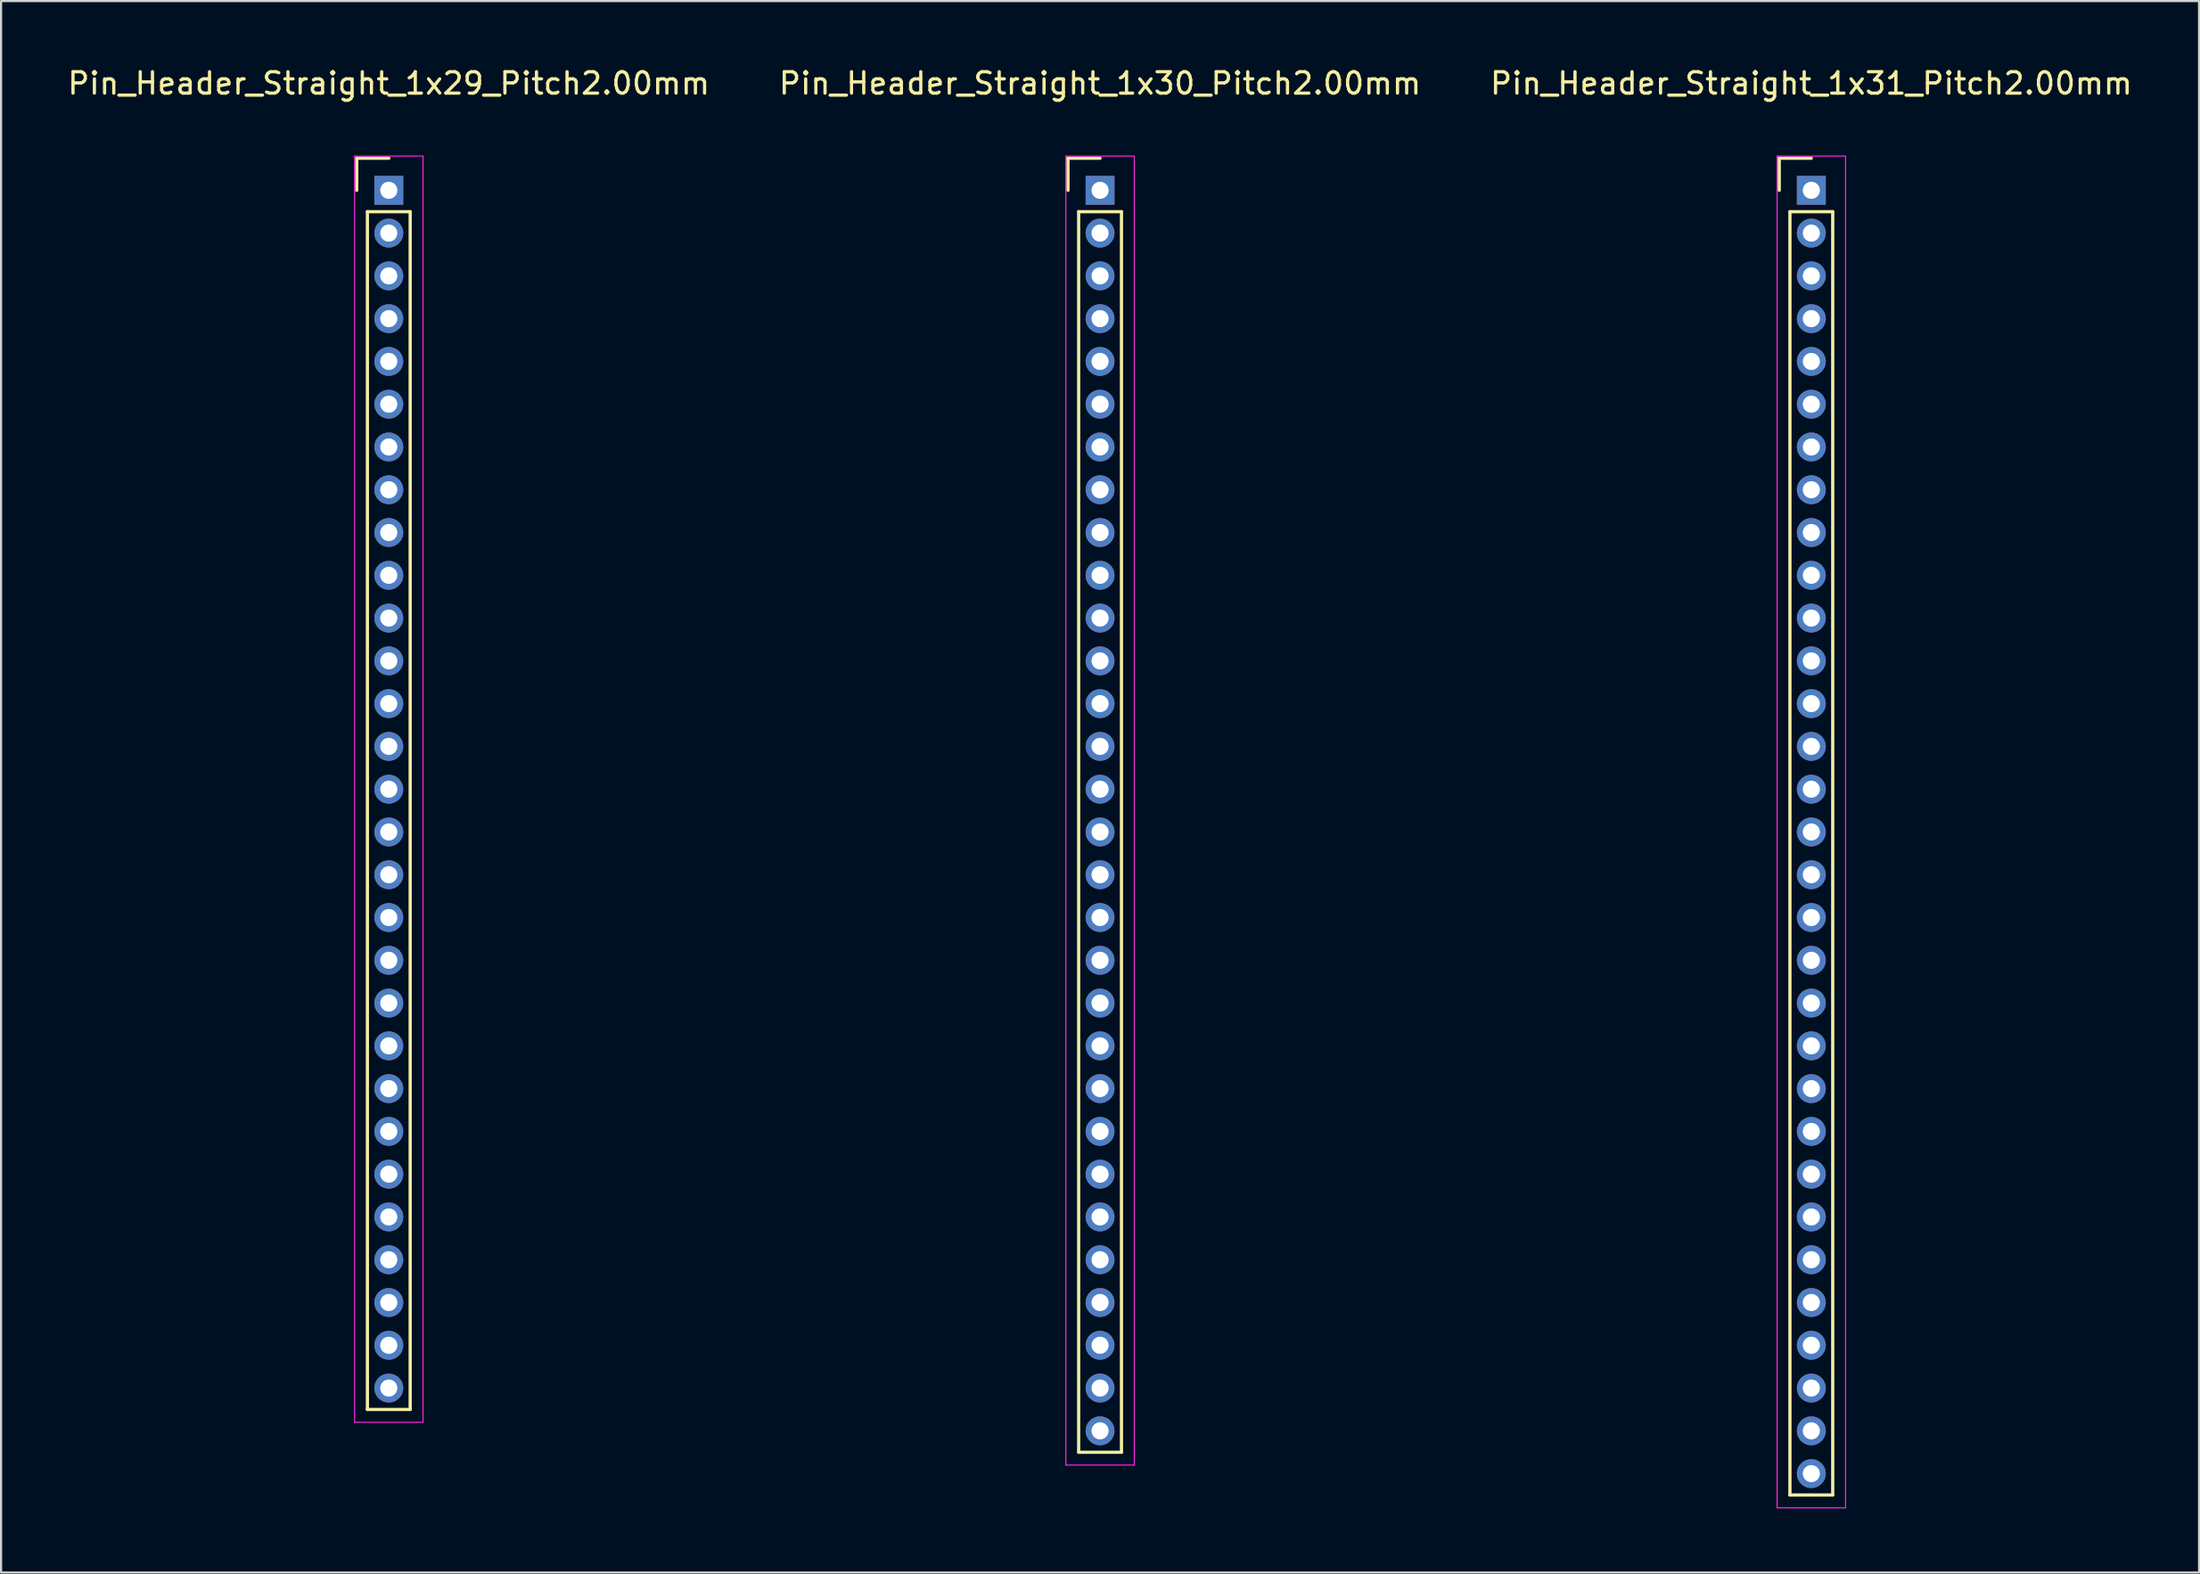
<source format=kicad_pcb>
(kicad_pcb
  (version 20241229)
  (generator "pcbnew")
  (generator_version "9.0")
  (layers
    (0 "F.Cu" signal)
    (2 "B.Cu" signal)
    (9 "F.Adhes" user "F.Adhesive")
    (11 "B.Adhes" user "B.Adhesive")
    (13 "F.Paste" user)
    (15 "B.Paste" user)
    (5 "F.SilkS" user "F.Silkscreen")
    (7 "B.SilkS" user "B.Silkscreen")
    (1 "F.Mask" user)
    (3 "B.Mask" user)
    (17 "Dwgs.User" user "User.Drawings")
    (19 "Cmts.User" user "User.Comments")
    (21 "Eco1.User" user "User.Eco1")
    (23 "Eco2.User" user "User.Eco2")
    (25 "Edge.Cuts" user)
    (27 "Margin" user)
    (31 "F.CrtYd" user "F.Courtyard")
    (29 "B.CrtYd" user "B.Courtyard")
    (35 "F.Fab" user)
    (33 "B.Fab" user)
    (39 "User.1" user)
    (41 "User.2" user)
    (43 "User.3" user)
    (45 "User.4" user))
  (footprint "Pin_Header_Straight_1x31_Pitch2.00mm"
    (layer "F.Cu")
    (at 81.625 5.848)
    (property "Reference" "Pin_Header_Straight_1x31_Pitch2.00mm" (at 0 -5 0) (layer "F.SilkS") (effects (font (size 1 1) (thickness 0.15))))
    (attr through_hole)
    (fp_line (start -1.5 -1.5) (end 0 -1.5) (stroke (width 0.15) (type solid)) (layer "F.SilkS"))
    (fp_line (start -1.5 0) (end -1.5 -1.5) (stroke (width 0.15) (type solid)) (layer "F.SilkS"))
    (fp_line (start -1 1) (end 1 1) (stroke (width 0.15) (type solid)) (layer "F.SilkS"))
    (fp_line (start -1 61) (end -1 1) (stroke (width 0.15) (type solid)) (layer "F.SilkS"))
    (fp_line (start 1 1) (end 1 61) (stroke (width 0.15) (type solid)) (layer "F.SilkS"))
    (fp_line (start 1 61) (end -1 61) (stroke (width 0.15) (type solid)) (layer "F.SilkS"))
    (fp_line (start -1.6 -1.6) (end 1.6 -1.6) (stroke (width 0.05) (type solid)) (layer "F.CrtYd"))
    (fp_line (start -1.6 61.6) (end -1.6 -1.6) (stroke (width 0.05) (type solid)) (layer "F.CrtYd"))
    (fp_line (start 1.6 -1.6) (end 1.6 61.6) (stroke (width 0.05) (type solid)) (layer "F.CrtYd"))
    (fp_line (start 1.6 61.6) (end -1.6 61.6) (stroke (width 0.05) (type solid)) (layer "F.CrtYd"))
    (pad "1" thru_hole rect (at 0 0) (size 1.35 1.35) (drill 0.8) (layers "*.Cu" "*.Mask"))
    (pad "2" thru_hole circle (at 0 2) (size 1.35 1.35) (drill 0.8) (layers "*.Cu" "*.Mask"))
    (pad "3" thru_hole circle (at 0 4) (size 1.35 1.35) (drill 0.8) (layers "*.Cu" "*.Mask"))
    (pad "4" thru_hole circle (at 0 6) (size 1.35 1.35) (drill 0.8) (layers "*.Cu" "*.Mask"))
    (pad "5" thru_hole circle (at 0 8) (size 1.35 1.35) (drill 0.8) (layers "*.Cu" "*.Mask"))
    (pad "6" thru_hole circle (at 0 10) (size 1.35 1.35) (drill 0.8) (layers "*.Cu" "*.Mask"))
    (pad "7" thru_hole circle (at 0 12) (size 1.35 1.35) (drill 0.8) (layers "*.Cu" "*.Mask"))
    (pad "8" thru_hole circle (at 0 14) (size 1.35 1.35) (drill 0.8) (layers "*.Cu" "*.Mask"))
    (pad "9" thru_hole circle (at 0 16) (size 1.35 1.35) (drill 0.8) (layers "*.Cu" "*.Mask"))
    (pad "10" thru_hole circle (at 0 18) (size 1.35 1.35) (drill 0.8) (layers "*.Cu" "*.Mask"))
    (pad "11" thru_hole circle (at 0 20) (size 1.35 1.35) (drill 0.8) (layers "*.Cu" "*.Mask"))
    (pad "12" thru_hole circle (at 0 22) (size 1.35 1.35) (drill 0.8) (layers "*.Cu" "*.Mask"))
    (pad "13" thru_hole circle (at 0 24) (size 1.35 1.35) (drill 0.8) (layers "*.Cu" "*.Mask"))
    (pad "14" thru_hole circle (at 0 26) (size 1.35 1.35) (drill 0.8) (layers "*.Cu" "*.Mask"))
    (pad "15" thru_hole circle (at 0 28) (size 1.35 1.35) (drill 0.8) (layers "*.Cu" "*.Mask"))
    (pad "16" thru_hole circle (at 0 30) (size 1.35 1.35) (drill 0.8) (layers "*.Cu" "*.Mask"))
    (pad "17" thru_hole circle (at 0 32) (size 1.35 1.35) (drill 0.8) (layers "*.Cu" "*.Mask"))
    (pad "18" thru_hole circle (at 0 34) (size 1.35 1.35) (drill 0.8) (layers "*.Cu" "*.Mask"))
    (pad "19" thru_hole circle (at 0 36) (size 1.35 1.35) (drill 0.8) (layers "*.Cu" "*.Mask"))
    (pad "20" thru_hole circle (at 0 38) (size 1.35 1.35) (drill 0.8) (layers "*.Cu" "*.Mask"))
    (pad "21" thru_hole circle (at 0 40) (size 1.35 1.35) (drill 0.8) (layers "*.Cu" "*.Mask"))
    (pad "22" thru_hole circle (at 0 42) (size 1.35 1.35) (drill 0.8) (layers "*.Cu" "*.Mask"))
    (pad "23" thru_hole circle (at 0 44) (size 1.35 1.35) (drill 0.8) (layers "*.Cu" "*.Mask"))
    (pad "24" thru_hole circle (at 0 46) (size 1.35 1.35) (drill 0.8) (layers "*.Cu" "*.Mask"))
    (pad "25" thru_hole circle (at 0 48) (size 1.35 1.35) (drill 0.8) (layers "*.Cu" "*.Mask"))
    (pad "26" thru_hole circle (at 0 50) (size 1.35 1.35) (drill 0.8) (layers "*.Cu" "*.Mask"))
    (pad "27" thru_hole circle (at 0 52) (size 1.35 1.35) (drill 0.8) (layers "*.Cu" "*.Mask"))
    (pad "28" thru_hole circle (at 0 54) (size 1.35 1.35) (drill 0.8) (layers "*.Cu" "*.Mask"))
    (pad "29" thru_hole circle (at 0 56) (size 1.35 1.35) (drill 0.8) (layers "*.Cu" "*.Mask"))
    (pad "30" thru_hole circle (at 0 58) (size 1.35 1.35) (drill 0.8) (layers "*.Cu" "*.Mask"))
    (pad "31" thru_hole circle (at 0 60) (size 1.35 1.35) (drill 0.8) (layers "*.Cu" "*.Mask")))
  (footprint "Pin_Header_Straight_1x29_Pitch2.00mm"
    (layer "F.Cu")
    (at 15.125 5.848)
    (property "Reference" "Pin_Header_Straight_1x29_Pitch2.00mm" (at 0 -5 0) (layer "F.SilkS") (effects (font (size 1 1) (thickness 0.15))))
    (attr through_hole)
    (fp_line (start -1.5 -1.5) (end 0 -1.5) (stroke (width 0.15) (type solid)) (layer "F.SilkS"))
    (fp_line (start -1.5 0) (end -1.5 -1.5) (stroke (width 0.15) (type solid)) (layer "F.SilkS"))
    (fp_line (start -1 1) (end 1 1) (stroke (width 0.15) (type solid)) (layer "F.SilkS"))
    (fp_line (start -1 57) (end -1 1) (stroke (width 0.15) (type solid)) (layer "F.SilkS"))
    (fp_line (start 1 1) (end 1 57) (stroke (width 0.15) (type solid)) (layer "F.SilkS"))
    (fp_line (start 1 57) (end -1 57) (stroke (width 0.15) (type solid)) (layer "F.SilkS"))
    (fp_line (start -1.6 -1.6) (end 1.6 -1.6) (stroke (width 0.05) (type solid)) (layer "F.CrtYd"))
    (fp_line (start -1.6 57.6) (end -1.6 -1.6) (stroke (width 0.05) (type solid)) (layer "F.CrtYd"))
    (fp_line (start 1.6 -1.6) (end 1.6 57.6) (stroke (width 0.05) (type solid)) (layer "F.CrtYd"))
    (fp_line (start 1.6 57.6) (end -1.6 57.6) (stroke (width 0.05) (type solid)) (layer "F.CrtYd"))
    (pad "1" thru_hole rect (at 0 0) (size 1.35 1.35) (drill 0.8) (layers "*.Cu" "*.Mask"))
    (pad "2" thru_hole circle (at 0 2) (size 1.35 1.35) (drill 0.8) (layers "*.Cu" "*.Mask"))
    (pad "3" thru_hole circle (at 0 4) (size 1.35 1.35) (drill 0.8) (layers "*.Cu" "*.Mask"))
    (pad "4" thru_hole circle (at 0 6) (size 1.35 1.35) (drill 0.8) (layers "*.Cu" "*.Mask"))
    (pad "5" thru_hole circle (at 0 8) (size 1.35 1.35) (drill 0.8) (layers "*.Cu" "*.Mask"))
    (pad "6" thru_hole circle (at 0 10) (size 1.35 1.35) (drill 0.8) (layers "*.Cu" "*.Mask"))
    (pad "7" thru_hole circle (at 0 12) (size 1.35 1.35) (drill 0.8) (layers "*.Cu" "*.Mask"))
    (pad "8" thru_hole circle (at 0 14) (size 1.35 1.35) (drill 0.8) (layers "*.Cu" "*.Mask"))
    (pad "9" thru_hole circle (at 0 16) (size 1.35 1.35) (drill 0.8) (layers "*.Cu" "*.Mask"))
    (pad "10" thru_hole circle (at 0 18) (size 1.35 1.35) (drill 0.8) (layers "*.Cu" "*.Mask"))
    (pad "11" thru_hole circle (at 0 20) (size 1.35 1.35) (drill 0.8) (layers "*.Cu" "*.Mask"))
    (pad "12" thru_hole circle (at 0 22) (size 1.35 1.35) (drill 0.8) (layers "*.Cu" "*.Mask"))
    (pad "13" thru_hole circle (at 0 24) (size 1.35 1.35) (drill 0.8) (layers "*.Cu" "*.Mask"))
    (pad "14" thru_hole circle (at 0 26) (size 1.35 1.35) (drill 0.8) (layers "*.Cu" "*.Mask"))
    (pad "15" thru_hole circle (at 0 28) (size 1.35 1.35) (drill 0.8) (layers "*.Cu" "*.Mask"))
    (pad "16" thru_hole circle (at 0 30) (size 1.35 1.35) (drill 0.8) (layers "*.Cu" "*.Mask"))
    (pad "17" thru_hole circle (at 0 32) (size 1.35 1.35) (drill 0.8) (layers "*.Cu" "*.Mask"))
    (pad "18" thru_hole circle (at 0 34) (size 1.35 1.35) (drill 0.8) (layers "*.Cu" "*.Mask"))
    (pad "19" thru_hole circle (at 0 36) (size 1.35 1.35) (drill 0.8) (layers "*.Cu" "*.Mask"))
    (pad "20" thru_hole circle (at 0 38) (size 1.35 1.35) (drill 0.8) (layers "*.Cu" "*.Mask"))
    (pad "21" thru_hole circle (at 0 40) (size 1.35 1.35) (drill 0.8) (layers "*.Cu" "*.Mask"))
    (pad "22" thru_hole circle (at 0 42) (size 1.35 1.35) (drill 0.8) (layers "*.Cu" "*.Mask"))
    (pad "23" thru_hole circle (at 0 44) (size 1.35 1.35) (drill 0.8) (layers "*.Cu" "*.Mask"))
    (pad "24" thru_hole circle (at 0 46) (size 1.35 1.35) (drill 0.8) (layers "*.Cu" "*.Mask"))
    (pad "25" thru_hole circle (at 0 48) (size 1.35 1.35) (drill 0.8) (layers "*.Cu" "*.Mask"))
    (pad "26" thru_hole circle (at 0 50) (size 1.35 1.35) (drill 0.8) (layers "*.Cu" "*.Mask"))
    (pad "27" thru_hole circle (at 0 52) (size 1.35 1.35) (drill 0.8) (layers "*.Cu" "*.Mask"))
    (pad "28" thru_hole circle (at 0 54) (size 1.35 1.35) (drill 0.8) (layers "*.Cu" "*.Mask"))
    (pad "29" thru_hole circle (at 0 56) (size 1.35 1.35) (drill 0.8) (layers "*.Cu" "*.Mask")))
  (footprint "Pin_Header_Straight_1x30_Pitch2.00mm"
    (layer "F.Cu")
    (at 48.375 5.848)
    (property "Reference" "Pin_Header_Straight_1x30_Pitch2.00mm" (at 0 -5 0) (layer "F.SilkS") (effects (font (size 1 1) (thickness 0.15))))
    (attr through_hole)
    (fp_line (start -1.5 -1.5) (end 0 -1.5) (stroke (width 0.15) (type solid)) (layer "F.SilkS"))
    (fp_line (start -1.5 0) (end -1.5 -1.5) (stroke (width 0.15) (type solid)) (layer "F.SilkS"))
    (fp_line (start -1 1) (end 1 1) (stroke (width 0.15) (type solid)) (layer "F.SilkS"))
    (fp_line (start -1 59) (end -1 1) (stroke (width 0.15) (type solid)) (layer "F.SilkS"))
    (fp_line (start 1 1) (end 1 59) (stroke (width 0.15) (type solid)) (layer "F.SilkS"))
    (fp_line (start 1 59) (end -1 59) (stroke (width 0.15) (type solid)) (layer "F.SilkS"))
    (fp_line (start -1.6 -1.6) (end 1.6 -1.6) (stroke (width 0.05) (type solid)) (layer "F.CrtYd"))
    (fp_line (start -1.6 59.6) (end -1.6 -1.6) (stroke (width 0.05) (type solid)) (layer "F.CrtYd"))
    (fp_line (start 1.6 -1.6) (end 1.6 59.6) (stroke (width 0.05) (type solid)) (layer "F.CrtYd"))
    (fp_line (start 1.6 59.6) (end -1.6 59.6) (stroke (width 0.05) (type solid)) (layer "F.CrtYd"))
    (pad "1" thru_hole rect (at 0 0) (size 1.35 1.35) (drill 0.8) (layers "*.Cu" "*.Mask"))
    (pad "2" thru_hole circle (at 0 2) (size 1.35 1.35) (drill 0.8) (layers "*.Cu" "*.Mask"))
    (pad "3" thru_hole circle (at 0 4) (size 1.35 1.35) (drill 0.8) (layers "*.Cu" "*.Mask"))
    (pad "4" thru_hole circle (at 0 6) (size 1.35 1.35) (drill 0.8) (layers "*.Cu" "*.Mask"))
    (pad "5" thru_hole circle (at 0 8) (size 1.35 1.35) (drill 0.8) (layers "*.Cu" "*.Mask"))
    (pad "6" thru_hole circle (at 0 10) (size 1.35 1.35) (drill 0.8) (layers "*.Cu" "*.Mask"))
    (pad "7" thru_hole circle (at 0 12) (size 1.35 1.35) (drill 0.8) (layers "*.Cu" "*.Mask"))
    (pad "8" thru_hole circle (at 0 14) (size 1.35 1.35) (drill 0.8) (layers "*.Cu" "*.Mask"))
    (pad "9" thru_hole circle (at 0 16) (size 1.35 1.35) (drill 0.8) (layers "*.Cu" "*.Mask"))
    (pad "10" thru_hole circle (at 0 18) (size 1.35 1.35) (drill 0.8) (layers "*.Cu" "*.Mask"))
    (pad "11" thru_hole circle (at 0 20) (size 1.35 1.35) (drill 0.8) (layers "*.Cu" "*.Mask"))
    (pad "12" thru_hole circle (at 0 22) (size 1.35 1.35) (drill 0.8) (layers "*.Cu" "*.Mask"))
    (pad "13" thru_hole circle (at 0 24) (size 1.35 1.35) (drill 0.8) (layers "*.Cu" "*.Mask"))
    (pad "14" thru_hole circle (at 0 26) (size 1.35 1.35) (drill 0.8) (layers "*.Cu" "*.Mask"))
    (pad "15" thru_hole circle (at 0 28) (size 1.35 1.35) (drill 0.8) (layers "*.Cu" "*.Mask"))
    (pad "16" thru_hole circle (at 0 30) (size 1.35 1.35) (drill 0.8) (layers "*.Cu" "*.Mask"))
    (pad "17" thru_hole circle (at 0 32) (size 1.35 1.35) (drill 0.8) (layers "*.Cu" "*.Mask"))
    (pad "18" thru_hole circle (at 0 34) (size 1.35 1.35) (drill 0.8) (layers "*.Cu" "*.Mask"))
    (pad "19" thru_hole circle (at 0 36) (size 1.35 1.35) (drill 0.8) (layers "*.Cu" "*.Mask"))
    (pad "20" thru_hole circle (at 0 38) (size 1.35 1.35) (drill 0.8) (layers "*.Cu" "*.Mask"))
    (pad "21" thru_hole circle (at 0 40) (size 1.35 1.35) (drill 0.8) (layers "*.Cu" "*.Mask"))
    (pad "22" thru_hole circle (at 0 42) (size 1.35 1.35) (drill 0.8) (layers "*.Cu" "*.Mask"))
    (pad "23" thru_hole circle (at 0 44) (size 1.35 1.35) (drill 0.8) (layers "*.Cu" "*.Mask"))
    (pad "24" thru_hole circle (at 0 46) (size 1.35 1.35) (drill 0.8) (layers "*.Cu" "*.Mask"))
    (pad "25" thru_hole circle (at 0 48) (size 1.35 1.35) (drill 0.8) (layers "*.Cu" "*.Mask"))
    (pad "26" thru_hole circle (at 0 50) (size 1.35 1.35) (drill 0.8) (layers "*.Cu" "*.Mask"))
    (pad "27" thru_hole circle (at 0 52) (size 1.35 1.35) (drill 0.8) (layers "*.Cu" "*.Mask"))
    (pad "28" thru_hole circle (at 0 54) (size 1.35 1.35) (drill 0.8) (layers "*.Cu" "*.Mask"))
    (pad "29" thru_hole circle (at 0 56) (size 1.35 1.35) (drill 0.8) (layers "*.Cu" "*.Mask"))
    (pad "30" thru_hole circle (at 0 58) (size 1.35 1.35) (drill 0.8) (layers "*.Cu" "*.Mask")))
  (gr_rect
    (start -3 -3)
    (end 99.75 70.473)
    (stroke (width 0.1) (type default))
    (fill no)
    (layer "Edge.Cuts")))
</source>
